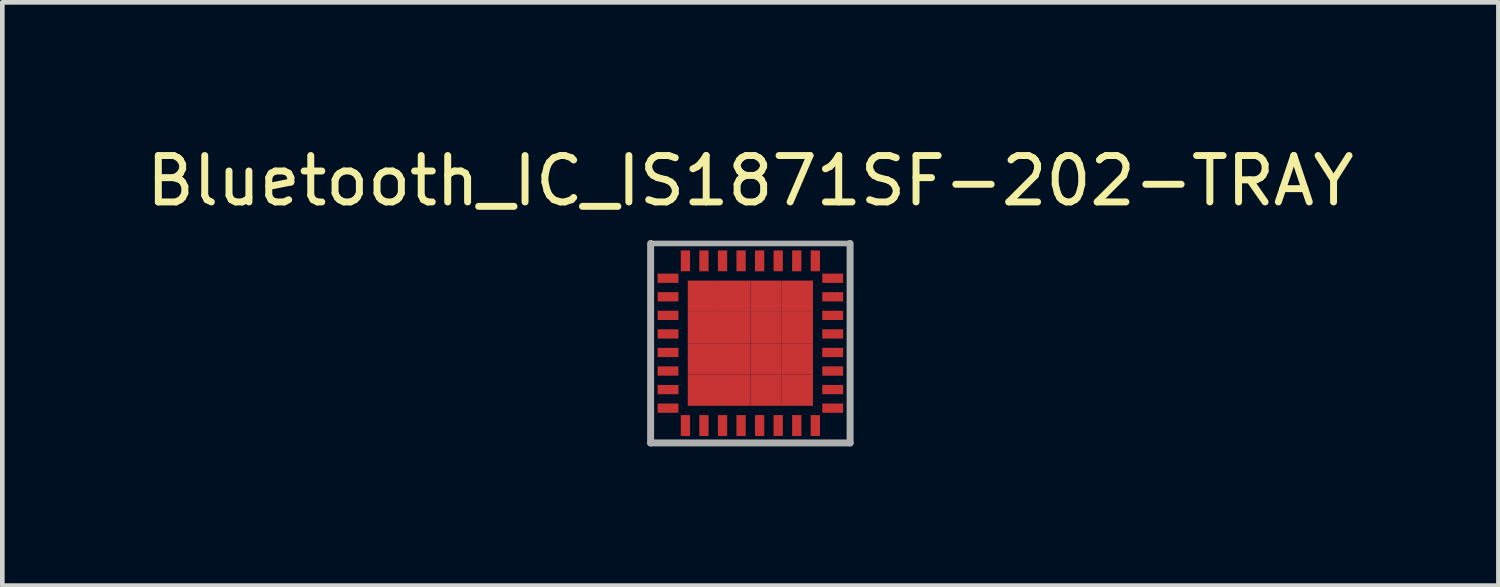
<source format=kicad_pcb>
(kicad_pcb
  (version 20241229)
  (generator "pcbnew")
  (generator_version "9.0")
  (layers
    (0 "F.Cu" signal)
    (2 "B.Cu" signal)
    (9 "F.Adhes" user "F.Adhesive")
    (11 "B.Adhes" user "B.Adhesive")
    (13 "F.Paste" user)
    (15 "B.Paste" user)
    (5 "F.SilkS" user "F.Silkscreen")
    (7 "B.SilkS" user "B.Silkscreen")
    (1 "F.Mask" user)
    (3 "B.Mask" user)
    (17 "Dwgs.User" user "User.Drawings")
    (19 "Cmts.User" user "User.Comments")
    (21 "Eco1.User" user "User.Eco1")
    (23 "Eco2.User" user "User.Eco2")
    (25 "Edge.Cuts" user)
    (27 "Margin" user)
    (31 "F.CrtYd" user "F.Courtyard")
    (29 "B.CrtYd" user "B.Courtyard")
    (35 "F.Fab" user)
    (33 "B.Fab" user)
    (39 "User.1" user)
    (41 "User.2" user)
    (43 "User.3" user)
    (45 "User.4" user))
  (footprint "Bluetooth_IC_IS1871SF-202-TRAY"
    (layer "F.Cu")
    (at 13.125 4.348)
    (property "Reference" "Bluetooth_IC_IS1871SF-202-TRAY" (at 0 -3.5 0) (layer "F.SilkS") (effects (font (size 1 1) (thickness 0.15))))
    (attr smd)
    (fp_line (start -2.15 -2.15) (end -2.15 2.15) (stroke (width 0.15) (type solid)) (layer "F.Fab"))
    (fp_line (start -2.15 -2.15) (end 2.15 -2.15) (stroke (width 0.12) (type solid)) (layer "F.Fab"))
    (fp_line (start -2.15 2.15) (end 2.15 2.15) (stroke (width 0.15) (type solid)) (layer "F.Fab"))
    (fp_line (start 2.15 2.15) (end 2.15 -2.15) (stroke (width 0.15) (type solid)) (layer "F.Fab"))
    (pad "1" smd rect (at -1.775 -1.4 90) (size 0.2 0.45) (layers "F.Cu" "F.Mask" "F.Paste"))
    (pad "2" smd rect (at -1.775 -1 90) (size 0.2 0.45) (layers "F.Cu" "F.Mask" "F.Paste"))
    (pad "3" smd rect (at -1.775 -0.6 90) (size 0.2 0.45) (layers "F.Cu" "F.Mask" "F.Paste"))
    (pad "4" smd rect (at -1.775 -0.2 90) (size 0.2 0.45) (layers "F.Cu" "F.Mask" "F.Paste"))
    (pad "5" smd rect (at -1.775 0.2 90) (size 0.2 0.45) (layers "F.Cu" "F.Mask" "F.Paste"))
    (pad "6" smd rect (at -1.775 0.6 90) (size 0.2 0.45) (layers "F.Cu" "F.Mask" "F.Paste"))
    (pad "7" smd rect (at -1.775 1 90) (size 0.2 0.45) (layers "F.Cu" "F.Mask" "F.Paste"))
    (pad "8" smd rect (at -1.775 1.4 90) (size 0.2 0.45) (layers "F.Cu" "F.Mask" "F.Paste"))
    (pad "9" smd rect (at -1.4 1.775) (size 0.2 0.45) (layers "F.Cu" "F.Mask" "F.Paste"))
    (pad "10" smd rect (at -1 1.775) (size 0.2 0.45) (layers "F.Cu" "F.Mask" "F.Paste"))
    (pad "11" smd rect (at -0.6 1.775) (size 0.2 0.45) (layers "F.Cu" "F.Mask" "F.Paste"))
    (pad "12" smd rect (at -0.2 1.775) (size 0.2 0.45) (layers "F.Cu" "F.Mask" "F.Paste"))
    (pad "13" smd rect (at 0.2 1.775) (size 0.2 0.45) (layers "F.Cu" "F.Mask" "F.Paste"))
    (pad "14" smd rect (at 0.6 1.775) (size 0.2 0.45) (layers "F.Cu" "F.Mask" "F.Paste"))
    (pad "15" smd rect (at 1 1.775) (size 0.2 0.45) (layers "F.Cu" "F.Mask" "F.Paste"))
    (pad "16" smd rect (at 1.4 1.775) (size 0.2 0.45) (layers "F.Cu" "F.Mask" "F.Paste"))
    (pad "17" smd rect (at 1.775 1.4 90) (size 0.2 0.45) (layers "F.Cu" "F.Mask" "F.Paste"))
    (pad "18" smd rect (at 1.775 1 90) (size 0.2 0.45) (layers "F.Cu" "F.Mask" "F.Paste"))
    (pad "19" smd rect (at 1.775 0.6 90) (size 0.2 0.45) (layers "F.Cu" "F.Mask" "F.Paste"))
    (pad "20" smd rect (at 1.775 0.2 90) (size 0.2 0.45) (layers "F.Cu" "F.Mask" "F.Paste"))
    (pad "21" smd rect (at 1.775 -0.2 90) (size 0.2 0.45) (layers "F.Cu" "F.Mask" "F.Paste"))
    (pad "22" smd rect (at 1.775 -0.6 90) (size 0.2 0.45) (layers "F.Cu" "F.Mask" "F.Paste"))
    (pad "23" smd rect (at 1.775 -1 90) (size 0.2 0.45) (layers "F.Cu" "F.Mask" "F.Paste"))
    (pad "24" smd rect (at 1.775 -1.4 90) (size 0.2 0.45) (layers "F.Cu" "F.Mask" "F.Paste"))
    (pad "25" smd rect (at 1.4 -1.775) (size 0.2 0.45) (layers "F.Cu" "F.Mask" "F.Paste"))
    (pad "26" smd rect (at 1 -1.775) (size 0.2 0.45) (layers "F.Cu" "F.Mask" "F.Paste"))
    (pad "27" smd rect (at 0.6 -1.775) (size 0.2 0.45) (layers "F.Cu" "F.Mask" "F.Paste"))
    (pad "28" smd rect (at 0.2 -1.775) (size 0.2 0.45) (layers "F.Cu" "F.Mask" "F.Paste"))
    (pad "29" smd rect (at -0.2 -1.775) (size 0.2 0.45) (layers "F.Cu" "F.Mask" "F.Paste"))
    (pad "30" smd rect (at -0.6 -1.775) (size 0.2 0.45) (layers "F.Cu" "F.Mask" "F.Paste"))
    (pad "31" smd rect (at -1 -1.775) (size 0.2 0.45) (layers "F.Cu" "F.Mask" "F.Paste"))
    (pad "32" smd rect (at -1.4 -1.775) (size 0.2 0.45) (layers "F.Cu" "F.Mask" "F.Paste"))
    (pad "33" smd rect (at -1.012 -1.012) (size 0.675 0.675) (layers "F.Cu" "F.Mask" "F.Paste"))
    (pad "33" smd rect (at -1.012 -0.338) (size 0.675 0.675) (layers "F.Cu" "F.Mask" "F.Paste"))
    (pad "33" smd rect (at -1.012 0.338) (size 0.675 0.675) (layers "F.Cu" "F.Mask" "F.Paste"))
    (pad "33" smd rect (at -1.012 1.012) (size 0.675 0.675) (layers "F.Cu" "F.Mask" "F.Paste"))
    (pad "33" smd rect (at -0.338 -1.012) (size 0.675 0.675) (layers "F.Cu" "F.Mask" "F.Paste"))
    (pad "33" smd rect (at -0.338 -0.338) (size 0.675 0.675) (layers "F.Cu" "F.Mask" "F.Paste"))
    (pad "33" smd rect (at -0.338 0.338) (size 0.675 0.675) (layers "F.Cu" "F.Mask" "F.Paste"))
    (pad "33" smd rect (at -0.338 1.012) (size 0.675 0.675) (layers "F.Cu" "F.Mask" "F.Paste"))
    (pad "33" smd rect (at 0.338 -1.012) (size 0.675 0.675) (layers "F.Cu" "F.Mask" "F.Paste"))
    (pad "33" smd rect (at 0.338 -0.338) (size 0.675 0.675) (layers "F.Cu" "F.Mask" "F.Paste"))
    (pad "33" smd rect (at 0.338 0.338) (size 0.675 0.675) (layers "F.Cu" "F.Mask" "F.Paste"))
    (pad "33" smd rect (at 0.338 1.012) (size 0.675 0.675) (layers "F.Cu" "F.Mask" "F.Paste"))
    (pad "33" smd rect (at 1.012 -1.012) (size 0.675 0.675) (layers "F.Cu" "F.Mask" "F.Paste"))
    (pad "33" smd rect (at 1.012 -0.338) (size 0.675 0.675) (layers "F.Cu" "F.Mask" "F.Paste"))
    (pad "33" smd rect (at 1.012 0.338) (size 0.675 0.675) (layers "F.Cu" "F.Mask" "F.Paste"))
    (pad "33" smd rect (at 1.012 1.012) (size 0.675 0.675) (layers "F.Cu" "F.Mask" "F.Paste")))
  (gr_rect
    (start -3 -3)
    (end 29.25 9.573)
    (stroke (width 0.1) (type default))
    (fill no)
    (layer "Edge.Cuts")))
</source>
